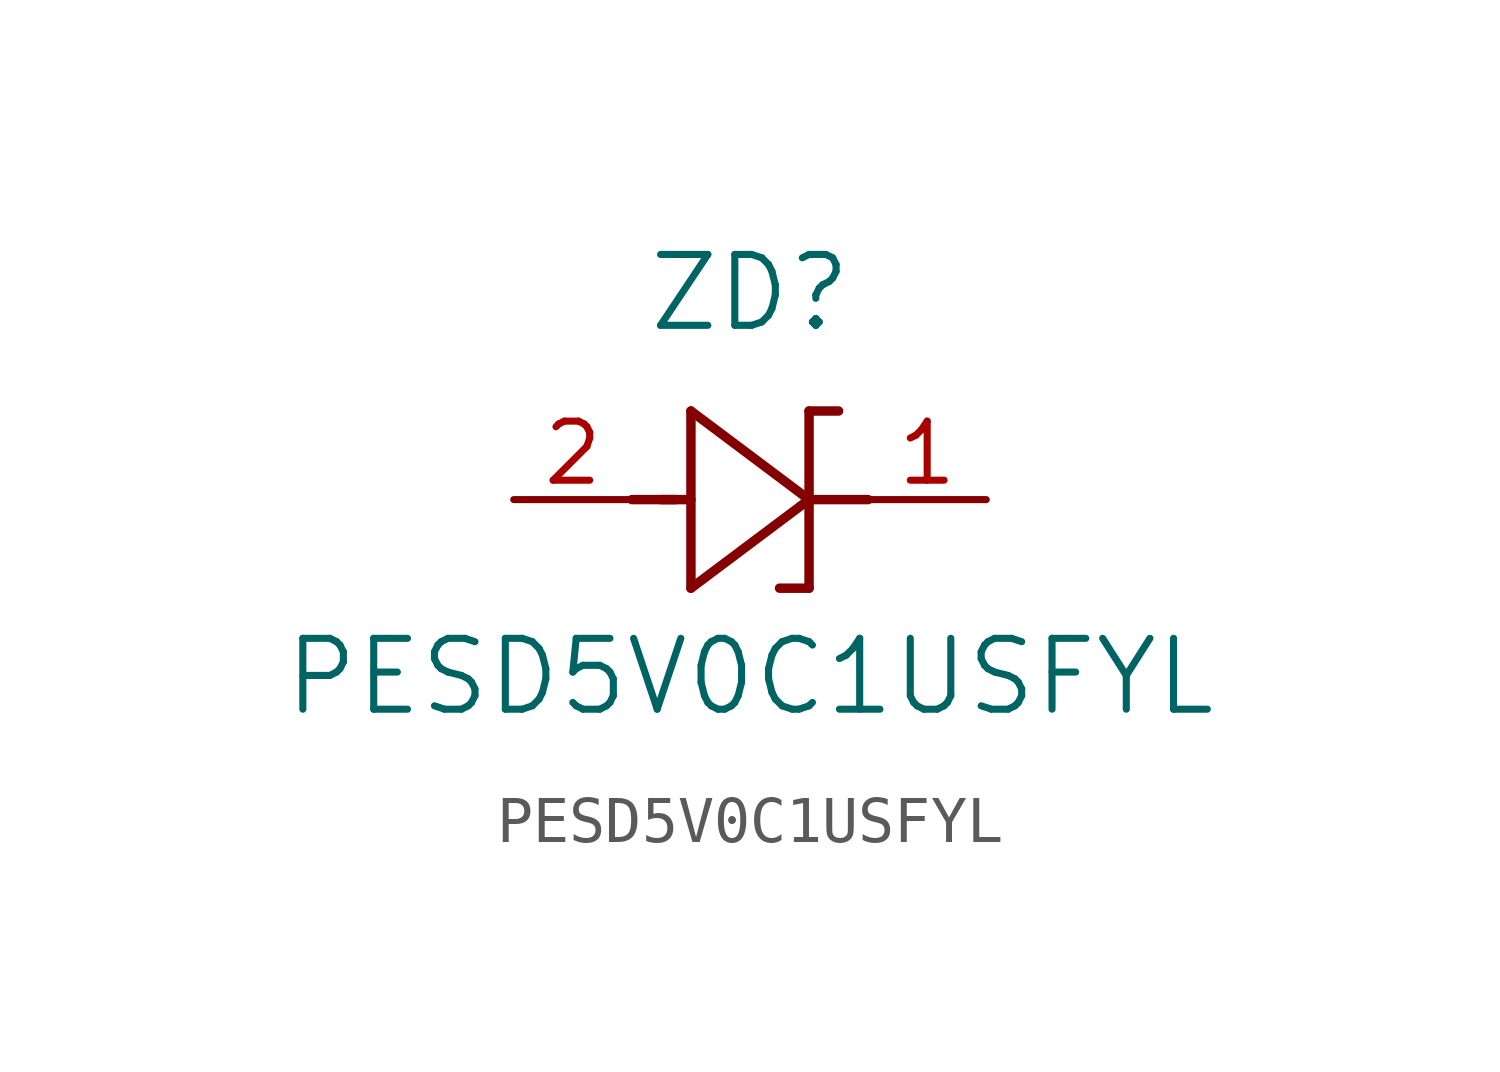
<source format=kicad_sym>
(kicad_symbol_lib
  (version 20211014)
  (generator kicad_symbol_editor)
  (symbol "PESD5V0C1USFYL"
    (pin_names
      (offset 0.254))
    (property "Reference" "ZD"
      (at 5.08 4.445 0)
      (effects (font (size 1.524 1.524))))
    (property "Value" "PESD5V0C1USFYL"
      (at 5.08 -3.81 0)
      (effects (font (size 1.524 1.524))))
    (symbol "PESD5V0C1USFYL_0_1"
      (polyline (pts (xy 2.54 0) (xy 3.48 0)) (stroke (width 0.203) (type default) (color 0 0 0 0)) (fill (type none)))
      (polyline (pts (xy 3.175 0) (xy 3.81 0)) (stroke (width 0.203) (type default) (color 0 0 0 0)) (fill (type none)))
      (polyline (pts (xy 3.81 -1.905) (xy 6.35 0)) (stroke (width 0.203) (type default) (color 0 0 0 0)) (fill (type none)))
      (polyline (pts (xy 6.35 -1.905) (xy 5.715 -1.905)) (stroke (width 0.203) (type default) (color 0 0 0 0)) (fill (type none)))
      (polyline (pts (xy 6.35 1.905) (xy 6.985 1.905)) (stroke (width 0.203) (type default) (color 0 0 0 0)) (fill (type none)))
      (polyline (pts (xy 3.81 1.905) (xy 3.81 -1.905)) (stroke (width 0.203) (type default) (color 0 0 0 0)) (fill (type none)))
      (polyline (pts (xy 6.35 -1.905) (xy 6.35 1.905)) (stroke (width 0.203) (type default) (color 0 0 0 0)) (fill (type none)))
      (polyline (pts (xy 6.35 0) (xy 3.81 1.905)) (stroke (width 0.203) (type default) (color 0 0 0 0)) (fill (type none)))
      (polyline (pts (xy 6.35 0) (xy 7.62 0)) (stroke (width 0.203) (type default) (color 0 0 0 0)) (fill (type none)))
      (pin unspecified line (at 0 0 0) (length 2.54) (name "" (effects (font (size 1.27 1.27)))) (number "2" (effects (font (size 1.27 1.27)))))
      (pin unspecified line (at 10.16 0 180) (length 2.54) (name "" (effects (font (size 1.27 1.27)))) (number "1" (effects (font (size 1.27 1.27))))))))
</source>
